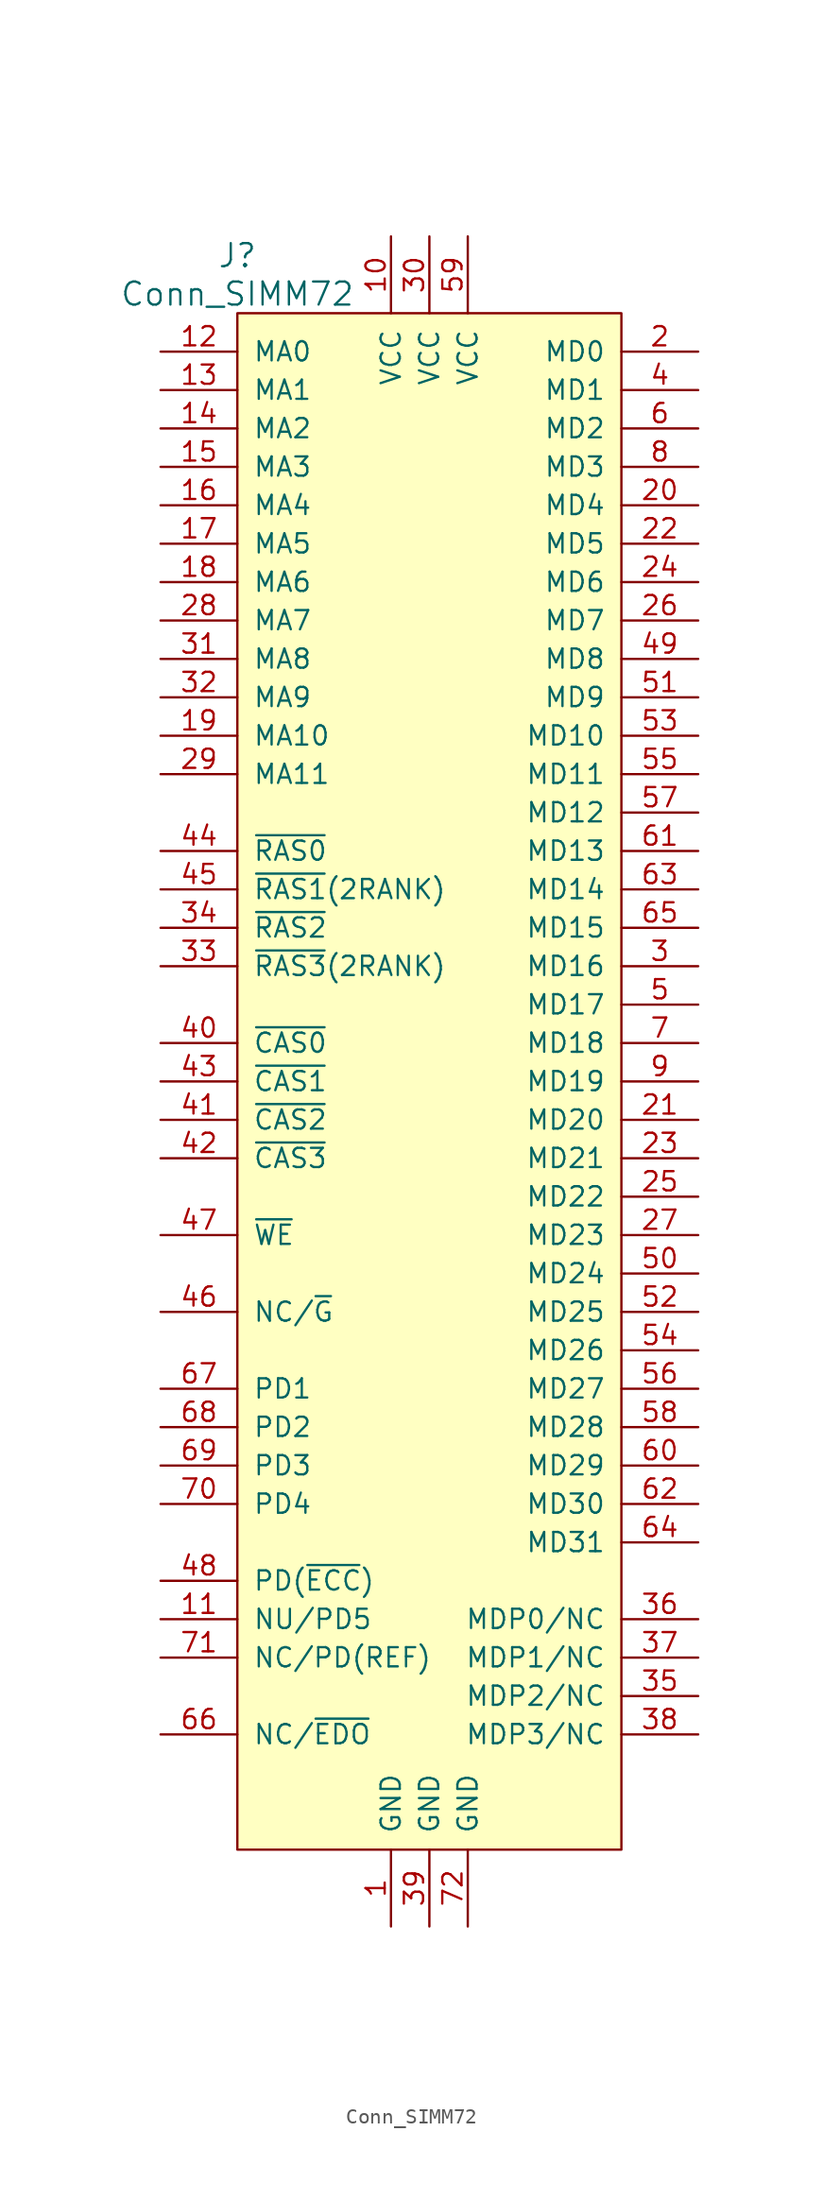
<source format=kicad_sym>
(kicad_symbol_lib
  (version 20211014)
  (generator kicad_symbol_editor)
  (symbol "Conn_SIMM72"
    (pin_names
      (offset 1.016))
    (property "Reference" "J"
      (at -12.7 54.61 0)
      (effects (font (size 1.524 1.524))))
    (property "Value" "Conn_SIMM72"
      (at -12.7 52.07 0)
      (effects (font (size 1.524 1.524))))
    (property "Footprint" ""
      (at 0 5.08 0)
      (effects (font (size 1.524 1.524))))
    (property "Datasheet" ""
      (at 0 5.08 0)
      (effects (font (size 1.524 1.524))))
    (symbol "Conn_SIMM72_0_1"
      (rectangle (start -12.7 50.8) (end 12.7 -50.8) (stroke (width 0) (type default) (color 0 0 0 0)) (fill (type background))))
    (symbol "Conn_SIMM72_1_1"
      (pin power_in line (at -2.54 -55.88 90) (length 5.08) (name "GND" (effects (font (size 1.27 1.27)))) (number "1" (effects (font (size 1.27 1.27)))))
      (pin power_in line (at -2.54 55.88 270) (length 5.08) (name "VCC" (effects (font (size 1.27 1.27)))) (number "10" (effects (font (size 1.27 1.27)))))
      (pin bidirectional line (at -17.78 -35.56 0) (length 5.08) (name "NU/PD5" (effects (font (size 1.27 1.27)))) (number "11" (effects (font (size 1.27 1.27)))))
      (pin input line (at -17.78 48.26 0) (length 5.08) (name "MA0" (effects (font (size 1.27 1.27)))) (number "12" (effects (font (size 1.27 1.27)))))
      (pin input line (at -17.78 45.72 0) (length 5.08) (name "MA1" (effects (font (size 1.27 1.27)))) (number "13" (effects (font (size 1.27 1.27)))))
      (pin input line (at -17.78 43.18 0) (length 5.08) (name "MA2" (effects (font (size 1.27 1.27)))) (number "14" (effects (font (size 1.27 1.27)))))
      (pin input line (at -17.78 40.64 0) (length 5.08) (name "MA3" (effects (font (size 1.27 1.27)))) (number "15" (effects (font (size 1.27 1.27)))))
      (pin input line (at -17.78 38.1 0) (length 5.08) (name "MA4" (effects (font (size 1.27 1.27)))) (number "16" (effects (font (size 1.27 1.27)))))
      (pin input line (at -17.78 35.56 0) (length 5.08) (name "MA5" (effects (font (size 1.27 1.27)))) (number "17" (effects (font (size 1.27 1.27)))))
      (pin input line (at -17.78 33.02 0) (length 5.08) (name "MA6" (effects (font (size 1.27 1.27)))) (number "18" (effects (font (size 1.27 1.27)))))
      (pin input line (at -17.78 22.86 0) (length 5.08) (name "MA10" (effects (font (size 1.27 1.27)))) (number "19" (effects (font (size 1.27 1.27)))))
      (pin bidirectional line (at 17.78 48.26 180) (length 5.08) (name "MD0" (effects (font (size 1.27 1.27)))) (number "2" (effects (font (size 1.27 1.27)))))
      (pin bidirectional line (at 17.78 38.1 180) (length 5.08) (name "MD4" (effects (font (size 1.27 1.27)))) (number "20" (effects (font (size 1.27 1.27)))))
      (pin bidirectional line (at 17.78 -2.54 180) (length 5.08) (name "MD20" (effects (font (size 1.27 1.27)))) (number "21" (effects (font (size 1.27 1.27)))))
      (pin bidirectional line (at 17.78 35.56 180) (length 5.08) (name "MD5" (effects (font (size 1.27 1.27)))) (number "22" (effects (font (size 1.27 1.27)))))
      (pin bidirectional line (at 17.78 -5.08 180) (length 5.08) (name "MD21" (effects (font (size 1.27 1.27)))) (number "23" (effects (font (size 1.27 1.27)))))
      (pin bidirectional line (at 17.78 33.02 180) (length 5.08) (name "MD6" (effects (font (size 1.27 1.27)))) (number "24" (effects (font (size 1.27 1.27)))))
      (pin bidirectional line (at 17.78 -7.62 180) (length 5.08) (name "MD22" (effects (font (size 1.27 1.27)))) (number "25" (effects (font (size 1.27 1.27)))))
      (pin bidirectional line (at 17.78 30.48 180) (length 5.08) (name "MD7" (effects (font (size 1.27 1.27)))) (number "26" (effects (font (size 1.27 1.27)))))
      (pin bidirectional line (at 17.78 -10.16 180) (length 5.08) (name "MD23" (effects (font (size 1.27 1.27)))) (number "27" (effects (font (size 1.27 1.27)))))
      (pin input line (at -17.78 30.48 0) (length 5.08) (name "MA7" (effects (font (size 1.27 1.27)))) (number "28" (effects (font (size 1.27 1.27)))))
      (pin input line (at -17.78 20.32 0) (length 5.08) (name "MA11" (effects (font (size 1.27 1.27)))) (number "29" (effects (font (size 1.27 1.27)))))
      (pin bidirectional line (at 17.78 7.62 180) (length 5.08) (name "MD16" (effects (font (size 1.27 1.27)))) (number "3" (effects (font (size 1.27 1.27)))))
      (pin power_in line (at 0 55.88 270) (length 5.08) (name "VCC" (effects (font (size 1.27 1.27)))) (number "30" (effects (font (size 1.27 1.27)))))
      (pin input line (at -17.78 27.94 0) (length 5.08) (name "MA8" (effects (font (size 1.27 1.27)))) (number "31" (effects (font (size 1.27 1.27)))))
      (pin input line (at -17.78 25.4 0) (length 5.08) (name "MA9" (effects (font (size 1.27 1.27)))) (number "32" (effects (font (size 1.27 1.27)))))
      (pin input line (at -17.78 7.62 0) (length 5.08) (name "~{RAS3}(2RANK)" (effects (font (size 1.27 1.27)))) (number "33" (effects (font (size 1.27 1.27)))))
      (pin input line (at -17.78 10.16 0) (length 5.08) (name "~{RAS2}" (effects (font (size 1.27 1.27)))) (number "34" (effects (font (size 1.27 1.27)))))
      (pin bidirectional line (at 17.78 -40.64 180) (length 5.08) (name "MDP2/NC" (effects (font (size 1.27 1.27)))) (number "35" (effects (font (size 1.27 1.27)))))
      (pin bidirectional line (at 17.78 -35.56 180) (length 5.08) (name "MDP0/NC" (effects (font (size 1.27 1.27)))) (number "36" (effects (font (size 1.27 1.27)))))
      (pin bidirectional line (at 17.78 -38.1 180) (length 5.08) (name "MDP1/NC" (effects (font (size 1.27 1.27)))) (number "37" (effects (font (size 1.27 1.27)))))
      (pin bidirectional line (at 17.78 -43.18 180) (length 5.08) (name "MDP3/NC" (effects (font (size 1.27 1.27)))) (number "38" (effects (font (size 1.27 1.27)))))
      (pin power_in line (at 0 -55.88 90) (length 5.08) (name "GND" (effects (font (size 1.27 1.27)))) (number "39" (effects (font (size 1.27 1.27)))))
      (pin bidirectional line (at 17.78 45.72 180) (length 5.08) (name "MD1" (effects (font (size 1.27 1.27)))) (number "4" (effects (font (size 1.27 1.27)))))
      (pin input line (at -17.78 2.54 0) (length 5.08) (name "~{CAS0}" (effects (font (size 1.27 1.27)))) (number "40" (effects (font (size 1.27 1.27)))))
      (pin input line (at -17.78 -2.54 0) (length 5.08) (name "~{CAS2}" (effects (font (size 1.27 1.27)))) (number "41" (effects (font (size 1.27 1.27)))))
      (pin input line (at -17.78 -5.08 0) (length 5.08) (name "~{CAS3}" (effects (font (size 1.27 1.27)))) (number "42" (effects (font (size 1.27 1.27)))))
      (pin input line (at -17.78 0 0) (length 5.08) (name "~{CAS1}" (effects (font (size 1.27 1.27)))) (number "43" (effects (font (size 1.27 1.27)))))
      (pin input line (at -17.78 15.24 0) (length 5.08) (name "~{RAS0}" (effects (font (size 1.27 1.27)))) (number "44" (effects (font (size 1.27 1.27)))))
      (pin input line (at -17.78 12.7 0) (length 5.08) (name "~{RAS1}(2RANK)" (effects (font (size 1.27 1.27)))) (number "45" (effects (font (size 1.27 1.27)))))
      (pin input line (at -17.78 -15.24 0) (length 5.08) (name "NC/~{G}" (effects (font (size 1.27 1.27)))) (number "46" (effects (font (size 1.27 1.27)))))
      (pin input line (at -17.78 -10.16 0) (length 5.08) (name "~{WE}" (effects (font (size 1.27 1.27)))) (number "47" (effects (font (size 1.27 1.27)))))
      (pin input line (at -17.78 -33.02 0) (length 5.08) (name "PD(~{ECC})" (effects (font (size 1.27 1.27)))) (number "48" (effects (font (size 1.27 1.27)))))
      (pin bidirectional line (at 17.78 27.94 180) (length 5.08) (name "MD8" (effects (font (size 1.27 1.27)))) (number "49" (effects (font (size 1.27 1.27)))))
      (pin bidirectional line (at 17.78 5.08 180) (length 5.08) (name "MD17" (effects (font (size 1.27 1.27)))) (number "5" (effects (font (size 1.27 1.27)))))
      (pin bidirectional line (at 17.78 -12.7 180) (length 5.08) (name "MD24" (effects (font (size 1.27 1.27)))) (number "50" (effects (font (size 1.27 1.27)))))
      (pin bidirectional line (at 17.78 25.4 180) (length 5.08) (name "MD9" (effects (font (size 1.27 1.27)))) (number "51" (effects (font (size 1.27 1.27)))))
      (pin bidirectional line (at 17.78 -15.24 180) (length 5.08) (name "MD25" (effects (font (size 1.27 1.27)))) (number "52" (effects (font (size 1.27 1.27)))))
      (pin bidirectional line (at 17.78 22.86 180) (length 5.08) (name "MD10" (effects (font (size 1.27 1.27)))) (number "53" (effects (font (size 1.27 1.27)))))
      (pin bidirectional line (at 17.78 -17.78 180) (length 5.08) (name "MD26" (effects (font (size 1.27 1.27)))) (number "54" (effects (font (size 1.27 1.27)))))
      (pin bidirectional line (at 17.78 20.32 180) (length 5.08) (name "MD11" (effects (font (size 1.27 1.27)))) (number "55" (effects (font (size 1.27 1.27)))))
      (pin bidirectional line (at 17.78 -20.32 180) (length 5.08) (name "MD27" (effects (font (size 1.27 1.27)))) (number "56" (effects (font (size 1.27 1.27)))))
      (pin bidirectional line (at 17.78 17.78 180) (length 5.08) (name "MD12" (effects (font (size 1.27 1.27)))) (number "57" (effects (font (size 1.27 1.27)))))
      (pin bidirectional line (at 17.78 -22.86 180) (length 5.08) (name "MD28" (effects (font (size 1.27 1.27)))) (number "58" (effects (font (size 1.27 1.27)))))
      (pin power_in line (at 2.54 55.88 270) (length 5.08) (name "VCC" (effects (font (size 1.27 1.27)))) (number "59" (effects (font (size 1.27 1.27)))))
      (pin bidirectional line (at 17.78 43.18 180) (length 5.08) (name "MD2" (effects (font (size 1.27 1.27)))) (number "6" (effects (font (size 1.27 1.27)))))
      (pin bidirectional line (at 17.78 -25.4 180) (length 5.08) (name "MD29" (effects (font (size 1.27 1.27)))) (number "60" (effects (font (size 1.27 1.27)))))
      (pin bidirectional line (at 17.78 15.24 180) (length 5.08) (name "MD13" (effects (font (size 1.27 1.27)))) (number "61" (effects (font (size 1.27 1.27)))))
      (pin bidirectional line (at 17.78 -27.94 180) (length 5.08) (name "MD30" (effects (font (size 1.27 1.27)))) (number "62" (effects (font (size 1.27 1.27)))))
      (pin bidirectional line (at 17.78 12.7 180) (length 5.08) (name "MD14" (effects (font (size 1.27 1.27)))) (number "63" (effects (font (size 1.27 1.27)))))
      (pin bidirectional line (at 17.78 -30.48 180) (length 5.08) (name "MD31" (effects (font (size 1.27 1.27)))) (number "64" (effects (font (size 1.27 1.27)))))
      (pin bidirectional line (at 17.78 10.16 180) (length 5.08) (name "MD15" (effects (font (size 1.27 1.27)))) (number "65" (effects (font (size 1.27 1.27)))))
      (pin bidirectional line (at -17.78 -43.18 0) (length 5.08) (name "NC/~{EDO}" (effects (font (size 1.27 1.27)))) (number "66" (effects (font (size 1.27 1.27)))))
      (pin bidirectional line (at -17.78 -20.32 0) (length 5.08) (name "PD1" (effects (font (size 1.27 1.27)))) (number "67" (effects (font (size 1.27 1.27)))))
      (pin bidirectional line (at -17.78 -22.86 0) (length 5.08) (name "PD2" (effects (font (size 1.27 1.27)))) (number "68" (effects (font (size 1.27 1.27)))))
      (pin bidirectional line (at -17.78 -25.4 0) (length 5.08) (name "PD3" (effects (font (size 1.27 1.27)))) (number "69" (effects (font (size 1.27 1.27)))))
      (pin bidirectional line (at 17.78 2.54 180) (length 5.08) (name "MD18" (effects (font (size 1.27 1.27)))) (number "7" (effects (font (size 1.27 1.27)))))
      (pin bidirectional line (at -17.78 -27.94 0) (length 5.08) (name "PD4" (effects (font (size 1.27 1.27)))) (number "70" (effects (font (size 1.27 1.27)))))
      (pin bidirectional line (at -17.78 -38.1 0) (length 5.08) (name "NC/PD(REF)" (effects (font (size 1.27 1.27)))) (number "71" (effects (font (size 1.27 1.27)))))
      (pin power_in line (at 2.54 -55.88 90) (length 5.08) (name "GND" (effects (font (size 1.27 1.27)))) (number "72" (effects (font (size 1.27 1.27)))))
      (pin bidirectional line (at 17.78 40.64 180) (length 5.08) (name "MD3" (effects (font (size 1.27 1.27)))) (number "8" (effects (font (size 1.27 1.27)))))
      (pin bidirectional line (at 17.78 0 180) (length 5.08) (name "MD19" (effects (font (size 1.27 1.27)))) (number "9" (effects (font (size 1.27 1.27))))))))
</source>
